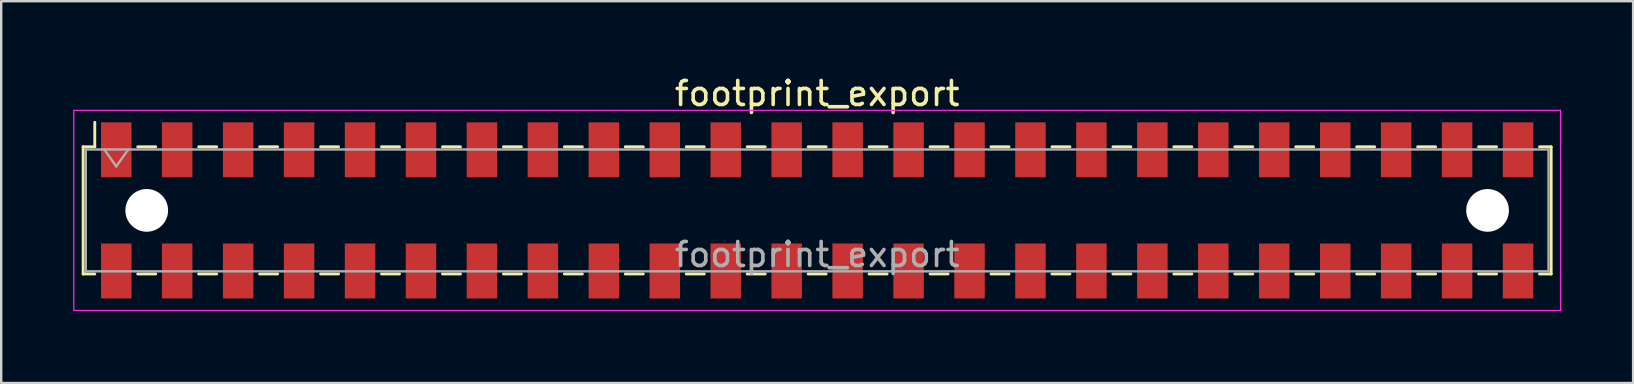
<source format=kicad_pcb>
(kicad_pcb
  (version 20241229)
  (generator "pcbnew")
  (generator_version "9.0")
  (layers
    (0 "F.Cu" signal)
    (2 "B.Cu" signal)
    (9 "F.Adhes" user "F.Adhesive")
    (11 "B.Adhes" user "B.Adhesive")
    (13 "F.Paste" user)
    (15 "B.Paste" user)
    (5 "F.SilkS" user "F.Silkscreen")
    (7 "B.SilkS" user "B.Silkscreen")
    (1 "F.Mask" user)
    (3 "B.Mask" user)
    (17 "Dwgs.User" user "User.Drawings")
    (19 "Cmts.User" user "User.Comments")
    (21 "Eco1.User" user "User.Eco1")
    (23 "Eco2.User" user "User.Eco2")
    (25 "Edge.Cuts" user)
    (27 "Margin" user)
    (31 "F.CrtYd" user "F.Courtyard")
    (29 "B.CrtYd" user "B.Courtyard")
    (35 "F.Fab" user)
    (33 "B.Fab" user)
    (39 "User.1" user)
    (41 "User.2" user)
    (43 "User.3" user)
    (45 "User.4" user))
  (footprint "footprint_export"
    (layer "F.Cu")
    (at 31.005 5.718)
    (property "Reference" "footprint_export" (at 0 -4.87 0) (layer "F.SilkS") (effects (font (size 1 1) (thickness 0.15))))
    (attr smd)
    (fp_line (start -30.59 -2.65) (end -30.59 2.65) (stroke (width 0.12) (type solid)) (layer "F.SilkS"))
    (fp_line (start -30.59 2.65) (end -30.105 2.65) (stroke (width 0.12) (type solid)) (layer "F.SilkS"))
    (fp_line (start -30.105 -3.67) (end -30.105 -2.65) (stroke (width 0.12) (type solid)) (layer "F.SilkS"))
    (fp_line (start -30.105 -2.65) (end -30.59 -2.65) (stroke (width 0.12) (type solid)) (layer "F.SilkS"))
    (fp_line (start -28.315 -2.65) (end -27.565 -2.65) (stroke (width 0.12) (type solid)) (layer "F.SilkS"))
    (fp_line (start -28.315 2.65) (end -27.565 2.65) (stroke (width 0.12) (type solid)) (layer "F.SilkS"))
    (fp_line (start -25.775 -2.65) (end -25.025 -2.65) (stroke (width 0.12) (type solid)) (layer "F.SilkS"))
    (fp_line (start -25.775 2.65) (end -25.025 2.65) (stroke (width 0.12) (type solid)) (layer "F.SilkS"))
    (fp_line (start -23.235 -2.65) (end -22.485 -2.65) (stroke (width 0.12) (type solid)) (layer "F.SilkS"))
    (fp_line (start -23.235 2.65) (end -22.485 2.65) (stroke (width 0.12) (type solid)) (layer "F.SilkS"))
    (fp_line (start -20.695 -2.65) (end -19.945 -2.65) (stroke (width 0.12) (type solid)) (layer "F.SilkS"))
    (fp_line (start -20.695 2.65) (end -19.945 2.65) (stroke (width 0.12) (type solid)) (layer "F.SilkS"))
    (fp_line (start -18.155 -2.65) (end -17.405 -2.65) (stroke (width 0.12) (type solid)) (layer "F.SilkS"))
    (fp_line (start -18.155 2.65) (end -17.405 2.65) (stroke (width 0.12) (type solid)) (layer "F.SilkS"))
    (fp_line (start -15.615 -2.65) (end -14.865 -2.65) (stroke (width 0.12) (type solid)) (layer "F.SilkS"))
    (fp_line (start -15.615 2.65) (end -14.865 2.65) (stroke (width 0.12) (type solid)) (layer "F.SilkS"))
    (fp_line (start -13.075 -2.65) (end -12.325 -2.65) (stroke (width 0.12) (type solid)) (layer "F.SilkS"))
    (fp_line (start -13.075 2.65) (end -12.325 2.65) (stroke (width 0.12) (type solid)) (layer "F.SilkS"))
    (fp_line (start -10.535 -2.65) (end -9.785 -2.65) (stroke (width 0.12) (type solid)) (layer "F.SilkS"))
    (fp_line (start -10.535 2.65) (end -9.785 2.65) (stroke (width 0.12) (type solid)) (layer "F.SilkS"))
    (fp_line (start -7.995 -2.65) (end -7.245 -2.65) (stroke (width 0.12) (type solid)) (layer "F.SilkS"))
    (fp_line (start -7.995 2.65) (end -7.245 2.65) (stroke (width 0.12) (type solid)) (layer "F.SilkS"))
    (fp_line (start -5.455 -2.65) (end -4.705 -2.65) (stroke (width 0.12) (type solid)) (layer "F.SilkS"))
    (fp_line (start -5.455 2.65) (end -4.705 2.65) (stroke (width 0.12) (type solid)) (layer "F.SilkS"))
    (fp_line (start -2.915 -2.65) (end -2.165 -2.65) (stroke (width 0.12) (type solid)) (layer "F.SilkS"))
    (fp_line (start -2.915 2.65) (end -2.165 2.65) (stroke (width 0.12) (type solid)) (layer "F.SilkS"))
    (fp_line (start -0.375 -2.65) (end 0.375 -2.65) (stroke (width 0.12) (type solid)) (layer "F.SilkS"))
    (fp_line (start -0.375 2.65) (end 0.375 2.65) (stroke (width 0.12) (type solid)) (layer "F.SilkS"))
    (fp_line (start 2.165 -2.65) (end 2.915 -2.65) (stroke (width 0.12) (type solid)) (layer "F.SilkS"))
    (fp_line (start 2.165 2.65) (end 2.915 2.65) (stroke (width 0.12) (type solid)) (layer "F.SilkS"))
    (fp_line (start 4.705 -2.65) (end 5.455 -2.65) (stroke (width 0.12) (type solid)) (layer "F.SilkS"))
    (fp_line (start 4.705 2.65) (end 5.455 2.65) (stroke (width 0.12) (type solid)) (layer "F.SilkS"))
    (fp_line (start 7.245 -2.65) (end 7.995 -2.65) (stroke (width 0.12) (type solid)) (layer "F.SilkS"))
    (fp_line (start 7.245 2.65) (end 7.995 2.65) (stroke (width 0.12) (type solid)) (layer "F.SilkS"))
    (fp_line (start 9.785 -2.65) (end 10.535 -2.65) (stroke (width 0.12) (type solid)) (layer "F.SilkS"))
    (fp_line (start 9.785 2.65) (end 10.535 2.65) (stroke (width 0.12) (type solid)) (layer "F.SilkS"))
    (fp_line (start 12.325 -2.65) (end 13.075 -2.65) (stroke (width 0.12) (type solid)) (layer "F.SilkS"))
    (fp_line (start 12.325 2.65) (end 13.075 2.65) (stroke (width 0.12) (type solid)) (layer "F.SilkS"))
    (fp_line (start 14.865 -2.65) (end 15.615 -2.65) (stroke (width 0.12) (type solid)) (layer "F.SilkS"))
    (fp_line (start 14.865 2.65) (end 15.615 2.65) (stroke (width 0.12) (type solid)) (layer "F.SilkS"))
    (fp_line (start 17.405 -2.65) (end 18.155 -2.65) (stroke (width 0.12) (type solid)) (layer "F.SilkS"))
    (fp_line (start 17.405 2.65) (end 18.155 2.65) (stroke (width 0.12) (type solid)) (layer "F.SilkS"))
    (fp_line (start 19.945 -2.65) (end 20.695 -2.65) (stroke (width 0.12) (type solid)) (layer "F.SilkS"))
    (fp_line (start 19.945 2.65) (end 20.695 2.65) (stroke (width 0.12) (type solid)) (layer "F.SilkS"))
    (fp_line (start 22.485 -2.65) (end 23.235 -2.65) (stroke (width 0.12) (type solid)) (layer "F.SilkS"))
    (fp_line (start 22.485 2.65) (end 23.235 2.65) (stroke (width 0.12) (type solid)) (layer "F.SilkS"))
    (fp_line (start 25.025 -2.65) (end 25.775 -2.65) (stroke (width 0.12) (type solid)) (layer "F.SilkS"))
    (fp_line (start 25.025 2.65) (end 25.775 2.65) (stroke (width 0.12) (type solid)) (layer "F.SilkS"))
    (fp_line (start 27.565 -2.65) (end 28.315 -2.65) (stroke (width 0.12) (type solid)) (layer "F.SilkS"))
    (fp_line (start 27.565 2.65) (end 28.315 2.65) (stroke (width 0.12) (type solid)) (layer "F.SilkS"))
    (fp_line (start 30.105 -2.65) (end 30.59 -2.65) (stroke (width 0.12) (type solid)) (layer "F.SilkS"))
    (fp_line (start 30.59 -2.65) (end 30.59 2.65) (stroke (width 0.12) (type solid)) (layer "F.SilkS"))
    (fp_line (start 30.59 2.65) (end 30.105 2.65) (stroke (width 0.12) (type solid)) (layer "F.SilkS"))
    (fp_line (start -30.98 -4.17) (end 30.98 -4.17) (stroke (width 0.05) (type solid)) (layer "F.CrtYd"))
    (fp_line (start -30.98 4.17) (end -30.98 -4.17) (stroke (width 0.05) (type solid)) (layer "F.CrtYd"))
    (fp_line (start 30.98 -4.17) (end 30.98 4.17) (stroke (width 0.05) (type solid)) (layer "F.CrtYd"))
    (fp_line (start 30.98 4.17) (end -30.98 4.17) (stroke (width 0.05) (type solid)) (layer "F.CrtYd"))
    (fp_line (start -30.48 -2.54) (end 30.48 -2.54) (stroke (width 0.1) (type solid)) (layer "F.Fab"))
    (fp_line (start -30.48 2.54) (end -30.48 -2.54) (stroke (width 0.1) (type solid)) (layer "F.Fab"))
    (fp_line (start -29.71 -2.54) (end -29.21 -1.833) (stroke (width 0.1) (type solid)) (layer "F.Fab"))
    (fp_line (start -29.21 -1.833) (end -28.71 -2.54) (stroke (width 0.1) (type solid)) (layer "F.Fab"))
    (fp_line (start 30.48 -2.54) (end 30.48 2.54) (stroke (width 0.1) (type solid)) (layer "F.Fab"))
    (fp_line (start 30.48 2.54) (end -30.48 2.54) (stroke (width 0.1) (type solid)) (layer "F.Fab"))
    (fp_text user "${REFERENCE}" (at 0 1.84 0) (layer "F.Fab") (effects (font (size 1 1) (thickness 0.15))))
    (pad "" np_thru_hole circle (at -27.94 0) (size 1.78 1.78) (drill 1.78) (layers "*.Cu" "*.Mask"))
    (pad "" np_thru_hole circle (at 27.94 0) (size 1.78 1.78) (drill 1.78) (layers "*.Cu" "*.Mask"))
    (pad "1" smd rect (at -29.21 -2.525) (size 1.27 2.29) (layers "F.Cu" "F.Mask" "F.Paste"))
    (pad "2" smd rect (at -29.21 2.525) (size 1.27 2.29) (layers "F.Cu" "F.Mask" "F.Paste"))
    (pad "3" smd rect (at -26.67 -2.525) (size 1.27 2.29) (layers "F.Cu" "F.Mask" "F.Paste"))
    (pad "4" smd rect (at -26.67 2.525) (size 1.27 2.29) (layers "F.Cu" "F.Mask" "F.Paste"))
    (pad "5" smd rect (at -24.13 -2.525) (size 1.27 2.29) (layers "F.Cu" "F.Mask" "F.Paste"))
    (pad "6" smd rect (at -24.13 2.525) (size 1.27 2.29) (layers "F.Cu" "F.Mask" "F.Paste"))
    (pad "7" smd rect (at -21.59 -2.525) (size 1.27 2.29) (layers "F.Cu" "F.Mask" "F.Paste"))
    (pad "8" smd rect (at -21.59 2.525) (size 1.27 2.29) (layers "F.Cu" "F.Mask" "F.Paste"))
    (pad "9" smd rect (at -19.05 -2.525) (size 1.27 2.29) (layers "F.Cu" "F.Mask" "F.Paste"))
    (pad "10" smd rect (at -19.05 2.525) (size 1.27 2.29) (layers "F.Cu" "F.Mask" "F.Paste"))
    (pad "11" smd rect (at -16.51 -2.525) (size 1.27 2.29) (layers "F.Cu" "F.Mask" "F.Paste"))
    (pad "12" smd rect (at -16.51 2.525) (size 1.27 2.29) (layers "F.Cu" "F.Mask" "F.Paste"))
    (pad "13" smd rect (at -13.97 -2.525) (size 1.27 2.29) (layers "F.Cu" "F.Mask" "F.Paste"))
    (pad "14" smd rect (at -13.97 2.525) (size 1.27 2.29) (layers "F.Cu" "F.Mask" "F.Paste"))
    (pad "15" smd rect (at -11.43 -2.525) (size 1.27 2.29) (layers "F.Cu" "F.Mask" "F.Paste"))
    (pad "16" smd rect (at -11.43 2.525) (size 1.27 2.29) (layers "F.Cu" "F.Mask" "F.Paste"))
    (pad "17" smd rect (at -8.89 -2.525) (size 1.27 2.29) (layers "F.Cu" "F.Mask" "F.Paste"))
    (pad "18" smd rect (at -8.89 2.525) (size 1.27 2.29) (layers "F.Cu" "F.Mask" "F.Paste"))
    (pad "19" smd rect (at -6.35 -2.525) (size 1.27 2.29) (layers "F.Cu" "F.Mask" "F.Paste"))
    (pad "20" smd rect (at -6.35 2.525) (size 1.27 2.29) (layers "F.Cu" "F.Mask" "F.Paste"))
    (pad "21" smd rect (at -3.81 -2.525) (size 1.27 2.29) (layers "F.Cu" "F.Mask" "F.Paste"))
    (pad "22" smd rect (at -3.81 2.525) (size 1.27 2.29) (layers "F.Cu" "F.Mask" "F.Paste"))
    (pad "23" smd rect (at -1.27 -2.525) (size 1.27 2.29) (layers "F.Cu" "F.Mask" "F.Paste"))
    (pad "24" smd rect (at -1.27 2.525) (size 1.27 2.29) (layers "F.Cu" "F.Mask" "F.Paste"))
    (pad "25" smd rect (at 1.27 -2.525) (size 1.27 2.29) (layers "F.Cu" "F.Mask" "F.Paste"))
    (pad "26" smd rect (at 1.27 2.525) (size 1.27 2.29) (layers "F.Cu" "F.Mask" "F.Paste"))
    (pad "27" smd rect (at 3.81 -2.525) (size 1.27 2.29) (layers "F.Cu" "F.Mask" "F.Paste"))
    (pad "28" smd rect (at 3.81 2.525) (size 1.27 2.29) (layers "F.Cu" "F.Mask" "F.Paste"))
    (pad "29" smd rect (at 6.35 -2.525) (size 1.27 2.29) (layers "F.Cu" "F.Mask" "F.Paste"))
    (pad "30" smd rect (at 6.35 2.525) (size 1.27 2.29) (layers "F.Cu" "F.Mask" "F.Paste"))
    (pad "31" smd rect (at 8.89 -2.525) (size 1.27 2.29) (layers "F.Cu" "F.Mask" "F.Paste"))
    (pad "32" smd rect (at 8.89 2.525) (size 1.27 2.29) (layers "F.Cu" "F.Mask" "F.Paste"))
    (pad "33" smd rect (at 11.43 -2.525) (size 1.27 2.29) (layers "F.Cu" "F.Mask" "F.Paste"))
    (pad "34" smd rect (at 11.43 2.525) (size 1.27 2.29) (layers "F.Cu" "F.Mask" "F.Paste"))
    (pad "35" smd rect (at 13.97 -2.525) (size 1.27 2.29) (layers "F.Cu" "F.Mask" "F.Paste"))
    (pad "36" smd rect (at 13.97 2.525) (size 1.27 2.29) (layers "F.Cu" "F.Mask" "F.Paste"))
    (pad "37" smd rect (at 16.51 -2.525) (size 1.27 2.29) (layers "F.Cu" "F.Mask" "F.Paste"))
    (pad "38" smd rect (at 16.51 2.525) (size 1.27 2.29) (layers "F.Cu" "F.Mask" "F.Paste"))
    (pad "39" smd rect (at 19.05 -2.525) (size 1.27 2.29) (layers "F.Cu" "F.Mask" "F.Paste"))
    (pad "40" smd rect (at 19.05 2.525) (size 1.27 2.29) (layers "F.Cu" "F.Mask" "F.Paste"))
    (pad "41" smd rect (at 21.59 -2.525) (size 1.27 2.29) (layers "F.Cu" "F.Mask" "F.Paste"))
    (pad "42" smd rect (at 21.59 2.525) (size 1.27 2.29) (layers "F.Cu" "F.Mask" "F.Paste"))
    (pad "43" smd rect (at 24.13 -2.525) (size 1.27 2.29) (layers "F.Cu" "F.Mask" "F.Paste"))
    (pad "44" smd rect (at 24.13 2.525) (size 1.27 2.29) (layers "F.Cu" "F.Mask" "F.Paste"))
    (pad "45" smd rect (at 26.67 -2.525) (size 1.27 2.29) (layers "F.Cu" "F.Mask" "F.Paste"))
    (pad "46" smd rect (at 26.67 2.525) (size 1.27 2.29) (layers "F.Cu" "F.Mask" "F.Paste"))
    (pad "47" smd rect (at 29.21 -2.525) (size 1.27 2.29) (layers "F.Cu" "F.Mask" "F.Paste"))
    (pad "48" smd rect (at 29.21 2.525) (size 1.27 2.29) (layers "F.Cu" "F.Mask" "F.Paste")))
  (gr_rect
    (start -3 -3)
    (end 65.01 12.913)
    (stroke (width 0.1) (type default))
    (fill no)
    (layer "Edge.Cuts")))
</source>
